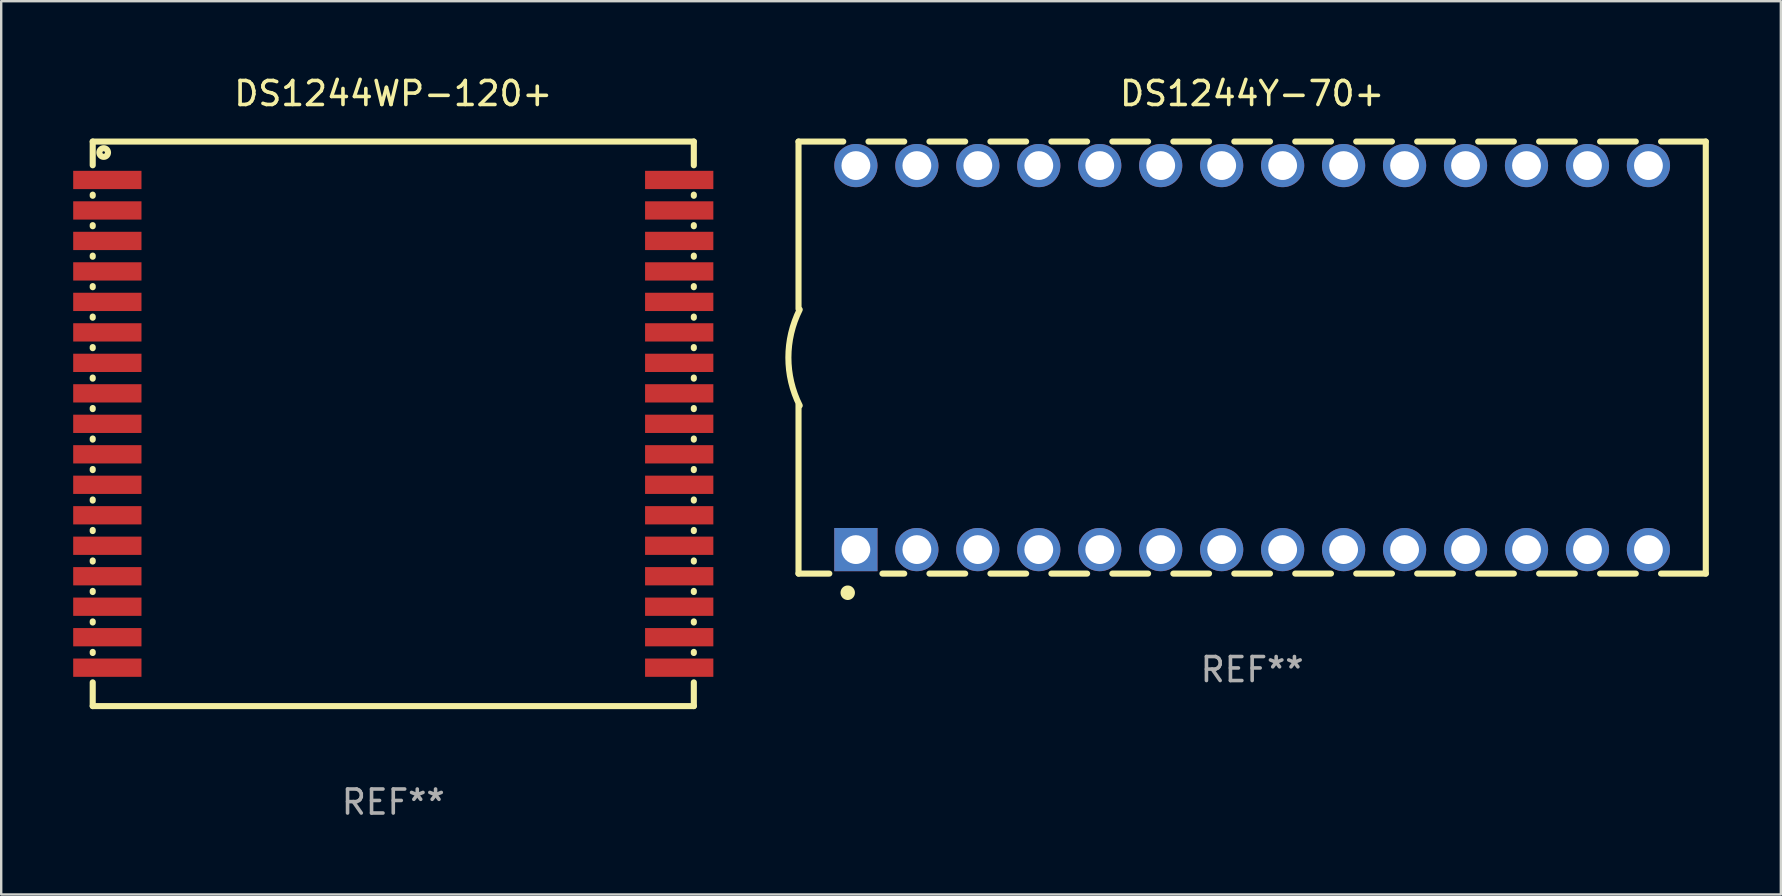
<source format=kicad_pcb>
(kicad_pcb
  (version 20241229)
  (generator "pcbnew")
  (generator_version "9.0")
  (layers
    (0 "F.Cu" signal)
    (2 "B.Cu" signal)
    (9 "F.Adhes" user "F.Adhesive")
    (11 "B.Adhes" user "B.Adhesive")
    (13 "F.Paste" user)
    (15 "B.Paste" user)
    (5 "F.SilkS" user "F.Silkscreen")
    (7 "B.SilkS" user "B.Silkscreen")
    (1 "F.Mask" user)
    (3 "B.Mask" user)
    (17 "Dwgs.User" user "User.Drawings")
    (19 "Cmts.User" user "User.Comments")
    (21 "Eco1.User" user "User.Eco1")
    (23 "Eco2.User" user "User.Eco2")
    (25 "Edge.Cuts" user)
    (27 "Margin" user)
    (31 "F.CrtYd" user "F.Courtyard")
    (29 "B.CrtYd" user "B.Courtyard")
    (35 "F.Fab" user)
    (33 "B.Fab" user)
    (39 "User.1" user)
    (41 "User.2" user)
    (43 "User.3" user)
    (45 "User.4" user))
  (footprint "DS1244WP-120+"
    (layer "F.Cu")
    (at 13.335 14.608)
    (property "Reference" "DS1244WP-120+" (at 0 -13.76 0) (layer "F.SilkS") (effects (font (size 1 1) (thickness 0.15))))
    (attr through_hole)
    (fp_line (start -12.522 -11.76) (end -12.522 -10.772) (stroke (width 0.254) (type solid)) (layer "F.SilkS"))
    (fp_line (start -12.522 -11.76) (end 12.522 -11.76) (stroke (width 0.254) (type solid)) (layer "F.SilkS"))
    (fp_line (start -12.522 -9.548) (end -12.522 -9.502) (stroke (width 0.254) (type solid)) (layer "F.SilkS"))
    (fp_line (start -12.522 -8.278) (end -12.522 -8.232) (stroke (width 0.254) (type solid)) (layer "F.SilkS"))
    (fp_line (start -12.522 -7.008) (end -12.522 -6.962) (stroke (width 0.254) (type solid)) (layer "F.SilkS"))
    (fp_line (start -12.522 -5.738) (end -12.522 -5.692) (stroke (width 0.254) (type solid)) (layer "F.SilkS"))
    (fp_line (start -12.522 -4.468) (end -12.522 -4.422) (stroke (width 0.254) (type solid)) (layer "F.SilkS"))
    (fp_line (start -12.522 -3.198) (end -12.522 -3.152) (stroke (width 0.254) (type solid)) (layer "F.SilkS"))
    (fp_line (start -12.522 -1.928) (end -12.522 -1.882) (stroke (width 0.254) (type solid)) (layer "F.SilkS"))
    (fp_line (start -12.522 -0.658) (end -12.522 -0.612) (stroke (width 0.254) (type solid)) (layer "F.SilkS"))
    (fp_line (start -12.522 0.612) (end -12.522 0.658) (stroke (width 0.254) (type solid)) (layer "F.SilkS"))
    (fp_line (start -12.522 1.882) (end -12.522 1.928) (stroke (width 0.254) (type solid)) (layer "F.SilkS"))
    (fp_line (start -12.522 3.152) (end -12.522 3.198) (stroke (width 0.254) (type solid)) (layer "F.SilkS"))
    (fp_line (start -12.522 4.422) (end -12.522 4.468) (stroke (width 0.254) (type solid)) (layer "F.SilkS"))
    (fp_line (start -12.522 5.692) (end -12.522 5.738) (stroke (width 0.254) (type solid)) (layer "F.SilkS"))
    (fp_line (start -12.522 6.962) (end -12.522 7.008) (stroke (width 0.254) (type solid)) (layer "F.SilkS"))
    (fp_line (start -12.522 8.232) (end -12.522 8.278) (stroke (width 0.254) (type solid)) (layer "F.SilkS"))
    (fp_line (start -12.522 9.502) (end -12.522 9.548) (stroke (width 0.254) (type solid)) (layer "F.SilkS"))
    (fp_line (start -12.522 10.772) (end -12.522 11.76) (stroke (width 0.254) (type solid)) (layer "F.SilkS"))
    (fp_line (start -12.522 11.76) (end 12.522 11.76) (stroke (width 0.254) (type solid)) (layer "F.SilkS"))
    (fp_line (start 12.522 -11.76) (end 12.522 -10.772) (stroke (width 0.254) (type solid)) (layer "F.SilkS"))
    (fp_line (start 12.522 -9.548) (end 12.522 -9.502) (stroke (width 0.254) (type solid)) (layer "F.SilkS"))
    (fp_line (start 12.522 -8.278) (end 12.522 -8.232) (stroke (width 0.254) (type solid)) (layer "F.SilkS"))
    (fp_line (start 12.522 -7.008) (end 12.522 -6.962) (stroke (width 0.254) (type solid)) (layer "F.SilkS"))
    (fp_line (start 12.522 -5.738) (end 12.522 -5.692) (stroke (width 0.254) (type solid)) (layer "F.SilkS"))
    (fp_line (start 12.522 -4.468) (end 12.522 -4.422) (stroke (width 0.254) (type solid)) (layer "F.SilkS"))
    (fp_line (start 12.522 -3.198) (end 12.522 -3.152) (stroke (width 0.254) (type solid)) (layer "F.SilkS"))
    (fp_line (start 12.522 -1.928) (end 12.522 -1.882) (stroke (width 0.254) (type solid)) (layer "F.SilkS"))
    (fp_line (start 12.522 -0.658) (end 12.522 -0.612) (stroke (width 0.254) (type solid)) (layer "F.SilkS"))
    (fp_line (start 12.522 0.612) (end 12.522 0.658) (stroke (width 0.254) (type solid)) (layer "F.SilkS"))
    (fp_line (start 12.522 1.882) (end 12.522 1.928) (stroke (width 0.254) (type solid)) (layer "F.SilkS"))
    (fp_line (start 12.522 3.152) (end 12.522 3.198) (stroke (width 0.254) (type solid)) (layer "F.SilkS"))
    (fp_line (start 12.522 4.422) (end 12.522 4.468) (stroke (width 0.254) (type solid)) (layer "F.SilkS"))
    (fp_line (start 12.522 5.692) (end 12.522 5.738) (stroke (width 0.254) (type solid)) (layer "F.SilkS"))
    (fp_line (start 12.522 6.962) (end 12.522 7.008) (stroke (width 0.254) (type solid)) (layer "F.SilkS"))
    (fp_line (start 12.522 8.232) (end 12.522 8.278) (stroke (width 0.254) (type solid)) (layer "F.SilkS"))
    (fp_line (start 12.522 9.502) (end 12.522 9.548) (stroke (width 0.254) (type solid)) (layer "F.SilkS"))
    (fp_line (start 12.522 10.772) (end 12.522 11.76) (stroke (width 0.254) (type solid)) (layer "F.SilkS"))
    (fp_circle (center -12.065 -11.303) (end -11.885 -11.303) (stroke (width 0.254) (type solid)) (fill no) (layer "F.SilkS"))
    (fp_text user "REF**" (at 0 15.76 0) (layer "F.Fab") (effects (font (size 1 1) (thickness 0.15))))
    (pad "1" smd rect (at -11.913 -10.16) (size 2.845 0.762) (layers "F.Cu" "F.Mask" "F.Paste"))
    (pad "2" smd rect (at -11.913 -8.89) (size 2.845 0.762) (layers "F.Cu" "F.Mask" "F.Paste"))
    (pad "3" smd rect (at -11.913 -7.62) (size 2.845 0.762) (layers "F.Cu" "F.Mask" "F.Paste"))
    (pad "4" smd rect (at -11.913 -6.35) (size 2.845 0.762) (layers "F.Cu" "F.Mask" "F.Paste"))
    (pad "5" smd rect (at -11.913 -5.08) (size 2.845 0.762) (layers "F.Cu" "F.Mask" "F.Paste"))
    (pad "6" smd rect (at -11.913 -3.81) (size 2.845 0.762) (layers "F.Cu" "F.Mask" "F.Paste"))
    (pad "7" smd rect (at -11.913 -2.54) (size 2.845 0.762) (layers "F.Cu" "F.Mask" "F.Paste"))
    (pad "8" smd rect (at -11.913 -1.27) (size 2.845 0.762) (layers "F.Cu" "F.Mask" "F.Paste"))
    (pad "9" smd rect (at -11.913 0) (size 2.845 0.762) (layers "F.Cu" "F.Mask" "F.Paste"))
    (pad "10" smd rect (at -11.913 1.27) (size 2.845 0.762) (layers "F.Cu" "F.Mask" "F.Paste"))
    (pad "11" smd rect (at -11.913 2.54) (size 2.845 0.762) (layers "F.Cu" "F.Mask" "F.Paste"))
    (pad "12" smd rect (at -11.913 3.81) (size 2.845 0.762) (layers "F.Cu" "F.Mask" "F.Paste"))
    (pad "13" smd rect (at -11.913 5.08) (size 2.845 0.762) (layers "F.Cu" "F.Mask" "F.Paste"))
    (pad "14" smd rect (at -11.913 6.35) (size 2.845 0.762) (layers "F.Cu" "F.Mask" "F.Paste"))
    (pad "15" smd rect (at -11.913 7.62) (size 2.845 0.762) (layers "F.Cu" "F.Mask" "F.Paste"))
    (pad "16" smd rect (at -11.913 8.89) (size 2.845 0.762) (layers "F.Cu" "F.Mask" "F.Paste"))
    (pad "17" smd rect (at -11.913 10.16) (size 2.845 0.762) (layers "F.Cu" "F.Mask" "F.Paste"))
    (pad "18" smd rect (at 11.913 10.16) (size 2.845 0.762) (layers "F.Cu" "F.Mask" "F.Paste"))
    (pad "19" smd rect (at 11.913 8.89) (size 2.845 0.762) (layers "F.Cu" "F.Mask" "F.Paste"))
    (pad "20" smd rect (at 11.913 7.62) (size 2.845 0.762) (layers "F.Cu" "F.Mask" "F.Paste"))
    (pad "21" smd rect (at 11.913 6.35) (size 2.845 0.762) (layers "F.Cu" "F.Mask" "F.Paste"))
    (pad "22" smd rect (at 11.913 5.08) (size 2.845 0.762) (layers "F.Cu" "F.Mask" "F.Paste"))
    (pad "23" smd rect (at 11.913 3.81) (size 2.845 0.762) (layers "F.Cu" "F.Mask" "F.Paste"))
    (pad "24" smd rect (at 11.913 2.54) (size 2.845 0.762) (layers "F.Cu" "F.Mask" "F.Paste"))
    (pad "25" smd rect (at 11.913 1.27) (size 2.845 0.762) (layers "F.Cu" "F.Mask" "F.Paste"))
    (pad "26" smd rect (at 11.913 0) (size 2.845 0.762) (layers "F.Cu" "F.Mask" "F.Paste"))
    (pad "27" smd rect (at 11.913 -1.27) (size 2.845 0.762) (layers "F.Cu" "F.Mask" "F.Paste"))
    (pad "28" smd rect (at 11.913 -2.54) (size 2.845 0.762) (layers "F.Cu" "F.Mask" "F.Paste"))
    (pad "29" smd rect (at 11.913 -3.81) (size 2.845 0.762) (layers "F.Cu" "F.Mask" "F.Paste"))
    (pad "30" smd rect (at 11.913 -5.08) (size 2.845 0.762) (layers "F.Cu" "F.Mask" "F.Paste"))
    (pad "31" smd rect (at 11.913 -6.35) (size 2.845 0.762) (layers "F.Cu" "F.Mask" "F.Paste"))
    (pad "32" smd rect (at 11.913 -7.62) (size 2.845 0.762) (layers "F.Cu" "F.Mask" "F.Paste"))
    (pad "33" smd rect (at 11.913 -8.89) (size 2.845 0.762) (layers "F.Cu" "F.Mask" "F.Paste"))
    (pad "34" smd rect (at 11.913 -10.16) (size 2.845 0.762) (layers "F.Cu" "F.Mask" "F.Paste")))
  (footprint "DS1244Y-70+"
    (layer "F.Cu")
    (at 49.119 11.848)
    (property "Reference" "DS1244Y-70+" (at 0 -11 0) (layer "F.SilkS") (effects (font (size 1 1) (thickness 0.15))))
    (attr through_hole)
    (fp_line (start -18.9 -9) (end -18.9 -2.026) (stroke (width 0.254) (type solid)) (layer "F.SilkS"))
    (fp_line (start -18.9 -9) (end -17.036 -9) (stroke (width 0.254) (type solid)) (layer "F.SilkS"))
    (fp_line (start -18.9 1.974) (end -18.9 9) (stroke (width 0.254) (type solid)) (layer "F.SilkS"))
    (fp_line (start -18.9 9) (end -17.617 9) (stroke (width 0.254) (type solid)) (layer "F.SilkS"))
    (fp_line (start -15.984 -9) (end -14.496 -9) (stroke (width 0.254) (type solid)) (layer "F.SilkS"))
    (fp_line (start -15.403 9) (end -14.496 9) (stroke (width 0.254) (type solid)) (layer "F.SilkS"))
    (fp_line (start -13.444 -9) (end -11.956 -9) (stroke (width 0.254) (type solid)) (layer "F.SilkS"))
    (fp_line (start -13.444 9) (end -11.956 9) (stroke (width 0.254) (type solid)) (layer "F.SilkS"))
    (fp_line (start -10.904 -9) (end -9.416 -9) (stroke (width 0.254) (type solid)) (layer "F.SilkS"))
    (fp_line (start -10.904 9) (end -9.416 9) (stroke (width 0.254) (type solid)) (layer "F.SilkS"))
    (fp_line (start -8.364 -9) (end -6.876 -9) (stroke (width 0.254) (type solid)) (layer "F.SilkS"))
    (fp_line (start -8.364 9) (end -6.876 9) (stroke (width 0.254) (type solid)) (layer "F.SilkS"))
    (fp_line (start -5.824 -9) (end -4.336 -9) (stroke (width 0.254) (type solid)) (layer "F.SilkS"))
    (fp_line (start -5.824 9) (end -4.336 9) (stroke (width 0.254) (type solid)) (layer "F.SilkS"))
    (fp_line (start -3.284 -9) (end -1.796 -9) (stroke (width 0.254) (type solid)) (layer "F.SilkS"))
    (fp_line (start -3.284 9) (end -1.796 9) (stroke (width 0.254) (type solid)) (layer "F.SilkS"))
    (fp_line (start -0.744 -9) (end 0.744 -9) (stroke (width 0.254) (type solid)) (layer "F.SilkS"))
    (fp_line (start -0.744 9) (end 0.744 9) (stroke (width 0.254) (type solid)) (layer "F.SilkS"))
    (fp_line (start 1.796 -9) (end 3.284 -9) (stroke (width 0.254) (type solid)) (layer "F.SilkS"))
    (fp_line (start 1.796 9) (end 3.284 9) (stroke (width 0.254) (type solid)) (layer "F.SilkS"))
    (fp_line (start 4.336 -9) (end 5.824 -9) (stroke (width 0.254) (type solid)) (layer "F.SilkS"))
    (fp_line (start 4.336 9) (end 5.824 9) (stroke (width 0.254) (type solid)) (layer "F.SilkS"))
    (fp_line (start 6.876 -9) (end 8.364 -9) (stroke (width 0.254) (type solid)) (layer "F.SilkS"))
    (fp_line (start 6.876 9) (end 8.364 9) (stroke (width 0.254) (type solid)) (layer "F.SilkS"))
    (fp_line (start 9.416 -9) (end 10.904 -9) (stroke (width 0.254) (type solid)) (layer "F.SilkS"))
    (fp_line (start 9.416 9) (end 10.904 9) (stroke (width 0.254) (type solid)) (layer "F.SilkS"))
    (fp_line (start 11.956 -9) (end 13.444 -9) (stroke (width 0.254) (type solid)) (layer "F.SilkS"))
    (fp_line (start 11.956 9) (end 13.444 9) (stroke (width 0.254) (type solid)) (layer "F.SilkS"))
    (fp_line (start 14.496 -9) (end 15.984 -9) (stroke (width 0.254) (type solid)) (layer "F.SilkS"))
    (fp_line (start 14.496 9) (end 15.984 9) (stroke (width 0.254) (type solid)) (layer "F.SilkS"))
    (fp_line (start 17.036 -9) (end 18.9 -9) (stroke (width 0.254) (type solid)) (layer "F.SilkS"))
    (fp_line (start 17.036 9) (end 18.9 9) (stroke (width 0.254) (type solid)) (layer "F.SilkS"))
    (fp_line (start 18.9 9) (end 18.9 -9) (stroke (width 0.254) (type solid)) (layer "F.SilkS"))
    (fp_arc (start -18.849987 2) (mid -19.322123 0) (end -18.849987 -2) (stroke (width 0.254001) (type solid)) (layer "F.SilkS"))
    (fp_arc (start -16.849987 9.8) (mid -16.849998 9.797473) (end -16.849987 9.794945) (stroke (width 0.6) (type solid)) (layer "F.SilkS"))
    (fp_text user "REF**" (at 0 13 0) (layer "F.Fab") (effects (font (size 1 1) (thickness 0.15))))
    (pad "1" thru_hole rect (at -16.51 8) (size 1.8 1.8) (drill 1.2) (layers "*.Cu" "*.Mask"))
    (pad "2" thru_hole circle (at -13.97 8) (size 1.8 1.8) (drill 1.2) (layers "*.Cu" "*.Mask"))
    (pad "3" thru_hole circle (at -11.43 8) (size 1.8 1.8) (drill 1.2) (layers "*.Cu" "*.Mask"))
    (pad "4" thru_hole circle (at -8.89 8) (size 1.8 1.8) (drill 1.2) (layers "*.Cu" "*.Mask"))
    (pad "5" thru_hole circle (at -6.35 8) (size 1.8 1.8) (drill 1.2) (layers "*.Cu" "*.Mask"))
    (pad "6" thru_hole circle (at -3.81 8) (size 1.8 1.8) (drill 1.2) (layers "*.Cu" "*.Mask"))
    (pad "7" thru_hole circle (at -1.27 8) (size 1.8 1.8) (drill 1.2) (layers "*.Cu" "*.Mask"))
    (pad "8" thru_hole circle (at 1.27 8) (size 1.8 1.8) (drill 1.2) (layers "*.Cu" "*.Mask"))
    (pad "9" thru_hole circle (at 3.81 8) (size 1.8 1.8) (drill 1.2) (layers "*.Cu" "*.Mask"))
    (pad "10" thru_hole circle (at 6.35 8) (size 1.8 1.8) (drill 1.2) (layers "*.Cu" "*.Mask"))
    (pad "11" thru_hole circle (at 8.89 8) (size 1.8 1.8) (drill 1.2) (layers "*.Cu" "*.Mask"))
    (pad "12" thru_hole circle (at 11.43 8) (size 1.8 1.8) (drill 1.2) (layers "*.Cu" "*.Mask"))
    (pad "13" thru_hole circle (at 13.97 8) (size 1.8 1.8) (drill 1.2) (layers "*.Cu" "*.Mask"))
    (pad "14" thru_hole circle (at 16.51 8) (size 1.8 1.8) (drill 1.2) (layers "*.Cu" "*.Mask"))
    (pad "15" thru_hole circle (at 16.51 -8) (size 1.8 1.8) (drill 1.2) (layers "*.Cu" "*.Mask"))
    (pad "16" thru_hole circle (at 13.97 -8) (size 1.8 1.8) (drill 1.2) (layers "*.Cu" "*.Mask"))
    (pad "17" thru_hole circle (at 11.43 -8) (size 1.8 1.8) (drill 1.2) (layers "*.Cu" "*.Mask"))
    (pad "18" thru_hole circle (at 8.89 -8) (size 1.8 1.8) (drill 1.2) (layers "*.Cu" "*.Mask"))
    (pad "19" thru_hole circle (at 6.35 -8) (size 1.8 1.8) (drill 1.2) (layers "*.Cu" "*.Mask"))
    (pad "20" thru_hole circle (at 3.81 -8) (size 1.8 1.8) (drill 1.2) (layers "*.Cu" "*.Mask"))
    (pad "21" thru_hole circle (at 1.27 -8) (size 1.8 1.8) (drill 1.2) (layers "*.Cu" "*.Mask"))
    (pad "22" thru_hole circle (at -1.27 -8) (size 1.8 1.8) (drill 1.2) (layers "*.Cu" "*.Mask"))
    (pad "23" thru_hole circle (at -3.81 -8) (size 1.8 1.8) (drill 1.2) (layers "*.Cu" "*.Mask"))
    (pad "24" thru_hole circle (at -6.35 -8) (size 1.8 1.8) (drill 1.2) (layers "*.Cu" "*.Mask"))
    (pad "25" thru_hole circle (at -8.89 -8) (size 1.8 1.8) (drill 1.2) (layers "*.Cu" "*.Mask"))
    (pad "26" thru_hole circle (at -11.43 -8) (size 1.8 1.8) (drill 1.2) (layers "*.Cu" "*.Mask"))
    (pad "27" thru_hole circle (at -13.97 -8) (size 1.8 1.8) (drill 1.2) (layers "*.Cu" "*.Mask"))
    (pad "28" thru_hole circle (at -16.51 -8) (size 1.8 1.8) (drill 1.2) (layers "*.Cu" "*.Mask")))
  (gr_rect
    (start -3 -3)
    (end 71.146 34.217)
    (stroke (width 0.1) (type default))
    (fill no)
    (layer "Edge.Cuts")))
</source>
